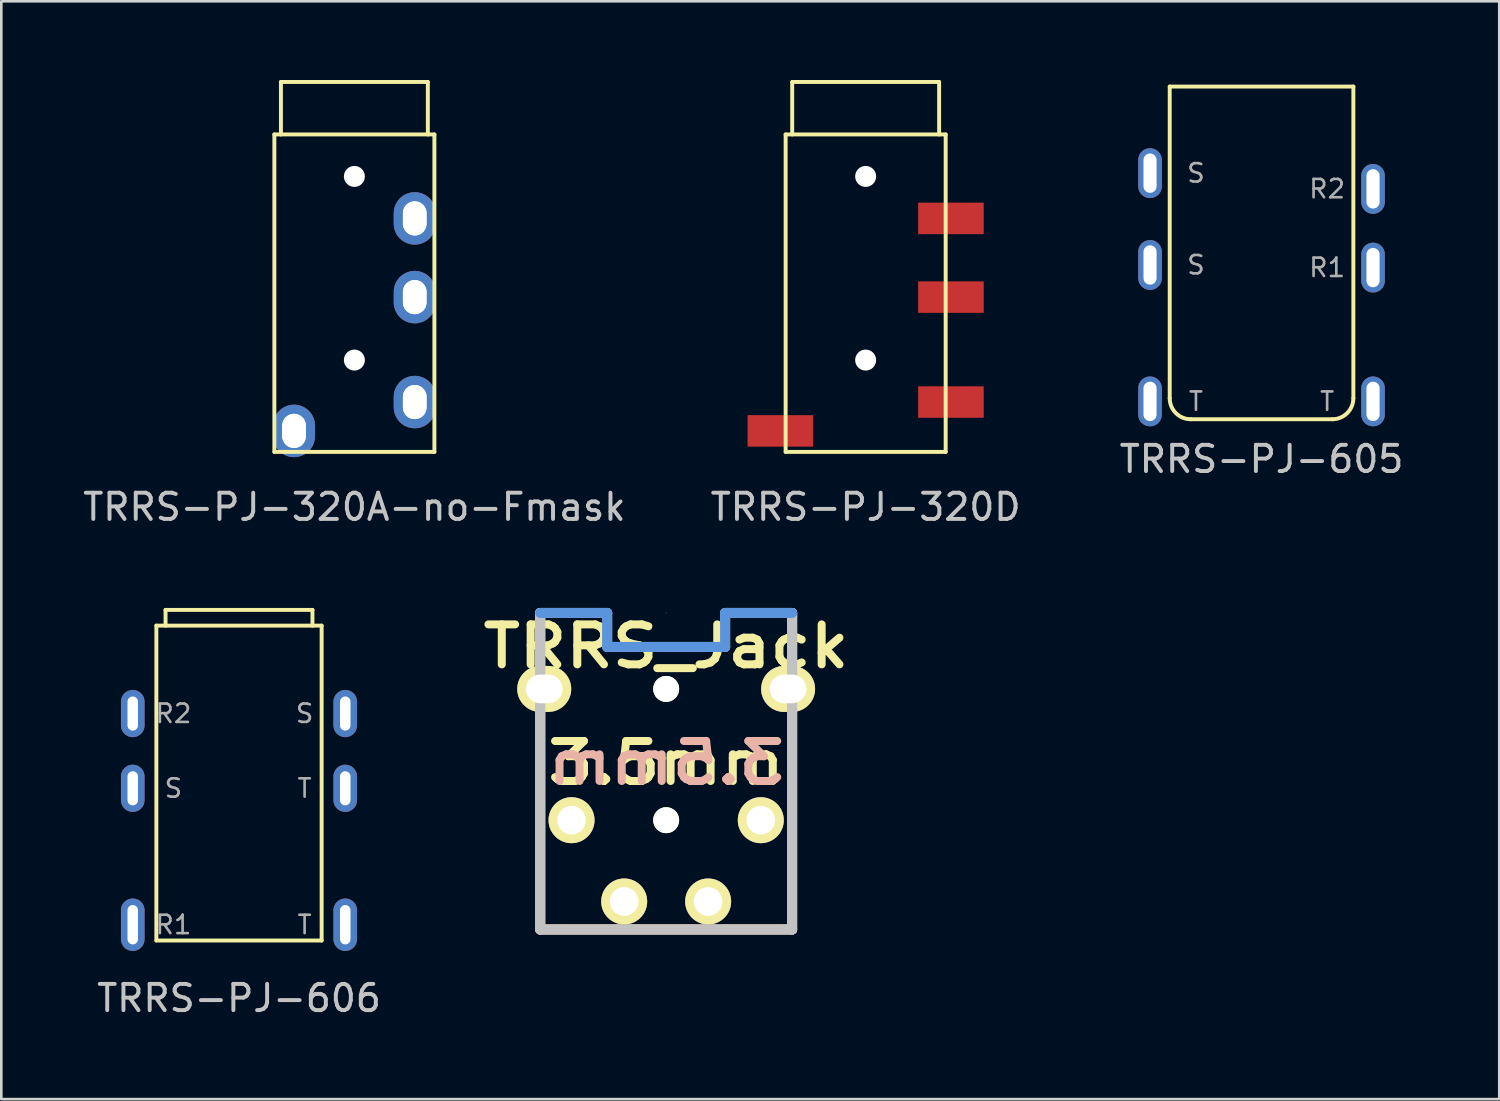
<source format=kicad_pcb>
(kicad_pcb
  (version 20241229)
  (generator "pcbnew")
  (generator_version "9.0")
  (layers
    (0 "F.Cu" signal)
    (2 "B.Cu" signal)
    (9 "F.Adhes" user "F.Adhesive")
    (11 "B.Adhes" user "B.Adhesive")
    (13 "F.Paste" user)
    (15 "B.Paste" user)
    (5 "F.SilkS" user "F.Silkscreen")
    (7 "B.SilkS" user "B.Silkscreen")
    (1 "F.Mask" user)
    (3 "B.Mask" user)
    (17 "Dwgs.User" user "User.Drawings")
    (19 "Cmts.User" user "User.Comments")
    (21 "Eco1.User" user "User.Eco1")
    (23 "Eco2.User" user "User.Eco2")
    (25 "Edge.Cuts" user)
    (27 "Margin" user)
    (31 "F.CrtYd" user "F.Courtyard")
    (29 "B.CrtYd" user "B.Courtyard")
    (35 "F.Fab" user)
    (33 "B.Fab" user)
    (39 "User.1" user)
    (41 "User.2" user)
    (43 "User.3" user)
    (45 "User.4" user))
  (footprint "TRRS_Jack"
    (layer "F.Cu")
    (at 22.342 28.214)
    (property "Reference" "TRRS_Jack" (at 0.00008 -6.63 0) (layer "F.SilkS") (effects (font (size 1.524 1.778) (thickness 0.305))))
    (attr through_hole)
    (fp_line (start -4.801 4.165) (end -4.801 -7.9) (stroke (width 0.381) (type solid)) (layer "F.SilkS"))
    (fp_line (start 4.801 -7.9) (end 4.801 4.165) (stroke (width 0.381) (type solid)) (layer "F.SilkS"))
    (fp_line (start 4.801 4.165) (end -4.801 4.165) (stroke (width 0.381) (type solid)) (layer "F.SilkS"))
    (fp_line (start -4.801 4.165) (end -4.801 -7.9) (stroke (width 0.381) (type solid)) (layer "B.SilkS"))
    (fp_line (start 4.801 -7.9) (end 4.801 4.165) (stroke (width 0.381) (type solid)) (layer "B.SilkS"))
    (fp_line (start 4.801 4.165) (end -4.801 4.165) (stroke (width 0.381) (type solid)) (layer "B.SilkS"))
    (fp_line (start -4.801 -7.9) (end -4.801 4.165) (stroke (width 0.381) (type solid)) (layer "Dwgs.User"))
    (fp_line (start -4.801 4.165) (end 4.801 4.165) (stroke (width 0.381) (type solid)) (layer "Dwgs.User"))
    (fp_line (start -2.248 -7.9) (end -4.801 -7.9) (stroke (width 0.381) (type solid)) (layer "Dwgs.User"))
    (fp_line (start -2.248 -6.605) (end -2.248 -7.9) (stroke (width 0.381) (type solid)) (layer "Dwgs.User"))
    (fp_line (start 0.00008 -7.9) (end 0.00008 -7.9) (stroke (width 0.025) (type solid)) (layer "Dwgs.User"))
    (fp_line (start 2.248 -7.9) (end 2.248 -6.605) (stroke (width 0.381) (type solid)) (layer "Dwgs.User"))
    (fp_line (start 2.248 -6.605) (end -2.248 -6.605) (stroke (width 0.381) (type solid)) (layer "Dwgs.User"))
    (fp_line (start 4.801 -7.9) (end 2.248 -7.9) (stroke (width 0.381) (type solid)) (layer "Dwgs.User"))
    (fp_line (start 4.801 4.165) (end 4.801 -7.9) (stroke (width 0.381) (type solid)) (layer "Dwgs.User"))
    (fp_line (start -4.801 -7.9) (end -2.248 -7.9) (stroke (width 0.381) (type solid)) (layer "Cmts.User"))
    (fp_line (start -2.248 -6.605) (end -2.248 -7.9) (stroke (width 0.381) (type solid)) (layer "Cmts.User"))
    (fp_line (start 2.248 -7.9) (end 2.248 -6.605) (stroke (width 0.381) (type solid)) (layer "Cmts.User"))
    (fp_line (start 2.248 -7.9) (end 4.801 -7.9) (stroke (width 0.381) (type solid)) (layer "Cmts.User"))
    (fp_line (start 2.248 -6.605) (end -2.248 -6.605) (stroke (width 0.381) (type solid)) (layer "Cmts.User"))
    (fp_text user "3.5mm" (at 0.00008 -2.185 0) (layer "F.SilkS") (effects (font (size 1.524 1.778) (thickness 0.305))))
    (fp_text user "3.5mm" (at 0.00008 -2.185 0) (layer "B.SilkS") (effects (font (size 1.524 1.778) (thickness 0.305)) (justify mirror)))
    (pad "" np_thru_hole circle (at 0.00008 -5.004 270) (size 0.991 0.991) (drill 0.991) (layers "*.Cu" "*.Mask" "F.SilkS"))
    (pad "" np_thru_hole circle (at 0.00008 -0.001 270) (size 0.991 0.991) (drill 0.991) (layers "*.Cu" "*.Mask" "F.SilkS"))
    (pad "1" thru_hole oval (at 4.648 -5.004 270) (size 1.753 2.057) (drill oval 1.092 1.397) (layers "*.Cu" "*.Mask" "F.SilkS"))
    (pad "2" thru_hole circle (at -3.607 -0.001 270) (size 1.753 1.753) (drill 1.092) (layers "*.Cu" "*.Mask" "F.SilkS"))
    (pad "3" thru_hole circle (at 1.6 3.098 270) (size 1.753 1.753) (drill 1.092) (layers "*.Cu" "*.Mask" "F.SilkS"))
    (pad "4" thru_hole oval (at -4.648 -5.004 270) (size 1.753 2.057) (drill oval 1.092 1.397) (layers "*.Cu" "*.Mask" "F.SilkS"))
    (pad "5" thru_hole circle (at -1.6 3.098 270) (size 1.753 1.753) (drill 1.092) (layers "*.Cu" "*.Mask" "F.SilkS"))
    (pad "6" thru_hole circle (at 3.607 -0.001 270) (size 1.753 1.753) (drill 1.092) (layers "*.Cu" "*.Mask" "F.SilkS")))
  (footprint "TRRS-PJ-320D"
    (layer "F.Cu")
    (at 29.946 2.075)
    (property "Reference" "TRRS-PJ-320D" (at 0 14.2 0) (layer "Dwgs.User") (effects (font (size 1 1) (thickness 0.15))))
    (attr through_hole)
    (fp_line (start -3.05 0) (end -3.05 12.1) (stroke (width 0.15) (type solid)) (layer "F.SilkS"))
    (fp_line (start -2.8 0) (end -2.8 -2) (stroke (width 0.15) (type solid)) (layer "F.SilkS"))
    (fp_line (start 2.8 -2) (end -2.8 -2) (stroke (width 0.15) (type solid)) (layer "F.SilkS"))
    (fp_line (start 2.8 0) (end 2.8 -2) (stroke (width 0.15) (type solid)) (layer "F.SilkS"))
    (fp_line (start 3.05 0) (end -3.05 0) (stroke (width 0.15) (type solid)) (layer "F.SilkS"))
    (fp_line (start 3.05 0) (end 3.05 12.1) (stroke (width 0.15) (type solid)) (layer "F.SilkS"))
    (fp_line (start 3.05 12.1) (end -3.05 12.1) (stroke (width 0.15) (type solid)) (layer "F.SilkS"))
    (pad "" np_thru_hole circle (at 0 1.6) (size 0.8 0.8) (drill 0.8) (layers "*.Cu" "*.Mask"))
    (pad "" np_thru_hole circle (at 0 8.6) (size 0.8 0.8) (drill 0.8) (layers "*.Cu" "*.Mask"))
    (pad "1" smd rect (at -3.25 11.3) (size 2.5 1.2) (layers "F.Cu" "F.Mask" "F.Paste"))
    (pad "2" smd rect (at 3.25 10.2) (size 2.5 1.2) (layers "F.Cu" "F.Mask" "F.Paste"))
    (pad "3" smd rect (at 3.25 6.2) (size 2.5 1.2) (layers "F.Cu" "F.Mask" "F.Paste"))
    (pad "4" smd rect (at 3.25 3.2) (size 2.5 1.2) (layers "F.Cu" "F.Mask" "F.Paste")))
  (footprint "TRRS-PJ-320A-no-Fmask"
    (layer "F.Cu")
    (at 10.458 2.075)
    (property "Reference" "TRRS-PJ-320A-no-Fmask" (at 0 14.2 0) (layer "Dwgs.User") (effects (font (size 1 1) (thickness 0.15))))
    (attr through_hole)
    (fp_line (start -3.05 0) (end -3.05 12.1) (stroke (width 0.15) (type solid)) (layer "F.SilkS"))
    (fp_line (start -2.8 0) (end -2.8 -2) (stroke (width 0.15) (type solid)) (layer "F.SilkS"))
    (fp_line (start 2.8 -2) (end -2.8 -2) (stroke (width 0.15) (type solid)) (layer "F.SilkS"))
    (fp_line (start 2.8 0) (end 2.8 -2) (stroke (width 0.15) (type solid)) (layer "F.SilkS"))
    (fp_line (start 3.05 0) (end -3.05 0) (stroke (width 0.15) (type solid)) (layer "F.SilkS"))
    (fp_line (start 3.05 0) (end 3.05 12.1) (stroke (width 0.15) (type solid)) (layer "F.SilkS"))
    (fp_line (start 3.05 12.1) (end -3.05 12.1) (stroke (width 0.15) (type solid)) (layer "F.SilkS"))
    (pad "" np_thru_hole circle (at 0 1.6) (size 0.8 0.8) (drill 0.8) (layers "*.Cu" "*.Mask"))
    (pad "" np_thru_hole circle (at 0 8.6) (size 0.8 0.8) (drill 0.8) (layers "*.Cu" "*.Mask"))
    (pad "1" thru_hole oval (at -2.3 11.3) (size 1 1.4) (drill oval 0.9 1.3) (layers "*.Cu" "F.Mask"))
    (pad "1" thru_hole oval (at -2.3 11.3) (size 1.6 2) (drill oval 0.9 1.3) (layers "*.Cu" "B.Mask"))
    (pad "2" thru_hole oval (at 2.3 10.2) (size 1 1.4) (drill oval 0.9 1.3) (layers "*.Cu" "F.Mask"))
    (pad "2" thru_hole oval (at 2.3 10.2) (size 1.6 2) (drill oval 0.9 1.3) (layers "*.Cu" "B.Mask"))
    (pad "3" thru_hole oval (at 2.3 6.2) (size 1 1.4) (drill oval 0.9 1.3) (layers "*.Cu" "F.Mask"))
    (pad "3" thru_hole oval (at 2.3 6.2) (size 1.6 2) (drill oval 0.9 1.3) (layers "*.Cu" "B.Mask"))
    (pad "4" thru_hole oval (at 2.3 3.2) (size 1 1.4) (drill oval 0.9 1.3) (layers "*.Cu" "F.Mask"))
    (pad "4" thru_hole oval (at 2.3 3.2) (size 1.6 2) (drill oval 0.9 1.3) (layers "*.Cu" "B.Mask")))
  (footprint "TRRS-PJ-605"
    (layer "F.Cu")
    (at 45.036 0.25)
    (property "Reference" "TRRS-PJ-605" (at 0 14.2 0) (layer "Dwgs.User") (effects (font (size 1 1) (thickness 0.15))))
    (attr through_hole)
    (fp_line (start -3.5 0) (end -3.5 11.88) (stroke (width 0.15) (type solid)) (layer "F.SilkS"))
    (fp_line (start 2.7 12.68) (end -2.7 12.68) (stroke (width 0.15) (type solid)) (layer "F.SilkS"))
    (fp_line (start 3.5 0) (end -3.5 0) (stroke (width 0.15) (type solid)) (layer "F.SilkS"))
    (fp_line (start 3.5 0) (end 3.5 11.88) (stroke (width 0.15) (type solid)) (layer "F.SilkS"))
    (fp_arc (start -2.7 12.68) (mid -3.265685 12.445685) (end -3.5 11.88) (stroke (width 0.15) (type solid)) (layer "F.SilkS"))
    (fp_arc (start 3.5 11.88) (mid 3.265685 12.445685) (end 2.7 12.68) (stroke (width 0.15) (type solid)) (layer "F.SilkS"))
    (fp_line (start -3.5 0) (end -6 0) (stroke (width 0.12) (type solid)) (layer "Eco1.User"))
    (fp_line (start -3.5 0) (end -3.5 12) (stroke (width 0.12) (type solid)) (layer "Eco1.User"))
    (fp_line (start -2.7 12.8) (end 2.7 12.8) (stroke (width 0.12) (type solid)) (layer "Eco1.User"))
    (fp_line (start 3.5 0) (end 3.5 12) (stroke (width 0.12) (type solid)) (layer "Eco1.User"))
    (fp_line (start 3.5 0) (end 6 0) (stroke (width 0.12) (type solid)) (layer "Eco1.User"))
    (fp_arc (start -2.7 12.8) (mid -3.265685 12.565685) (end -3.5 12) (stroke (width 0.12) (type solid)) (layer "Eco1.User"))
    (fp_arc (start 3.5 12) (mid 3.265685 12.565685) (end 2.7 12.8) (stroke (width 0.12) (type solid)) (layer "Eco1.User"))
    (fp_text user "T" (at 2.5 12 0) (layer "F.Fab") (effects (font (size 0.7 0.7) (thickness 0.1))))
    (fp_text user "R2" (at 2.5 3.9 0) (layer "F.Fab") (effects (font (size 0.7 0.7) (thickness 0.1))))
    (fp_text user "S" (at -2.5 3.3 0) (layer "F.Fab") (effects (font (size 0.7 0.7) (thickness 0.1))))
    (fp_text user "R1" (at 2.5 6.9 0) (layer "F.Fab") (effects (font (size 0.7 0.7) (thickness 0.1))))
    (fp_text user "T" (at -2.5 12 0) (layer "F.Fab") (effects (font (size 0.7 0.7) (thickness 0.1))))
    (fp_text user "S" (at -2.5 6.8 0) (layer "F.Fab") (effects (font (size 0.7 0.7) (thickness 0.1))))
    (pad "1" thru_hole oval (at 4.25 3.9) (size 0.9 1.9) (drill oval 0.5 1.5) (layers "*.Cu" "*.Mask"))
    (pad "2" thru_hole oval (at 4.25 6.9) (size 0.9 1.9) (drill oval 0.5 1.5) (layers "*.Cu" "*.Mask"))
    (pad "3" thru_hole oval (at 4.25 12) (size 0.9 1.9) (drill oval 0.5 1.5) (layers "*.Cu" "*.Mask"))
    (pad "4" thru_hole oval (at -4.25 12) (size 0.9 1.9) (drill oval 0.5 1.5) (layers "*.Cu" "*.Mask"))
    (pad "5" thru_hole oval (at -4.25 6.8) (size 0.9 1.9) (drill oval 0.5 1.5) (layers "*.Cu" "*.Mask"))
    (pad "6" thru_hole oval (at -4.25 3.3) (size 0.9 1.9) (drill oval 0.5 1.5) (layers "*.Cu" "*.Mask")))
  (footprint "TRRS-PJ-606"
    (layer "F.Cu")
    (at 6.06 20.798)
    (property "Reference" "TRRS-PJ-606" (at 0 14.2 0) (layer "Dwgs.User") (effects (font (size 1 1) (thickness 0.15))))
    (attr through_hole)
    (fp_line (start -3.15 0) (end -3.15 12) (stroke (width 0.15) (type solid)) (layer "F.SilkS"))
    (fp_line (start -2.8 0) (end -2.8 -0.6) (stroke (width 0.15) (type solid)) (layer "F.SilkS"))
    (fp_line (start 2.8 -0.6) (end -2.8 -0.6) (stroke (width 0.15) (type solid)) (layer "F.SilkS"))
    (fp_line (start 2.8 0) (end 2.8 -0.6) (stroke (width 0.15) (type solid)) (layer "F.SilkS"))
    (fp_line (start 3.15 0) (end -3.15 0) (stroke (width 0.15) (type solid)) (layer "F.SilkS"))
    (fp_line (start 3.15 0) (end 3.15 12) (stroke (width 0.15) (type solid)) (layer "F.SilkS"))
    (fp_line (start 3.15 12) (end -3.15 12) (stroke (width 0.15) (type solid)) (layer "F.SilkS"))
    (fp_line (start -3.35 0) (end -6 0) (stroke (width 0.12) (type solid)) (layer "Eco1.User"))
    (fp_line (start -3.35 0) (end -3.35 12.7) (stroke (width 0.12) (type solid)) (layer "Eco1.User"))
    (fp_line (start -3.35 12.7) (end 3.35 12.7) (stroke (width 0.12) (type solid)) (layer "Eco1.User"))
    (fp_line (start 3.35 0) (end 3.35 12.7) (stroke (width 0.12) (type solid)) (layer "Eco1.User"))
    (fp_line (start 3.35 0) (end 6 0) (stroke (width 0.12) (type solid)) (layer "Eco1.User"))
    (fp_text user "T" (at 2.5 6.2 0) (layer "F.Fab") (effects (font (size 0.7 0.7) (thickness 0.1))))
    (fp_text user "R2" (at -2.5 3.35 0) (layer "F.Fab") (effects (font (size 0.7 0.7) (thickness 0.1))))
    (fp_text user "R1" (at -2.5 11.4 0) (layer "F.Fab") (effects (font (size 0.7 0.7) (thickness 0.1))))
    (fp_text user "T" (at 2.5 11.4 0) (layer "F.Fab") (effects (font (size 0.7 0.7) (thickness 0.1))))
    (fp_text user "S" (at -2.5 6.2 0) (layer "F.Fab") (effects (font (size 0.7 0.7) (thickness 0.1))))
    (fp_text user "S" (at 2.5 3.35 0) (layer "F.Fab") (effects (font (size 0.7 0.7) (thickness 0.1))))
    (pad "1" thru_hole oval (at -4.05 3.35) (size 0.9 1.8) (drill oval 0.4 1.3) (layers "*.Cu" "*.Mask"))
    (pad "2" thru_hole oval (at -4.05 6.2) (size 0.9 1.8) (drill oval 0.4 1.3) (layers "*.Cu" "*.Mask"))
    (pad "3" thru_hole oval (at -4.05 11.4) (size 0.9 2) (drill oval 0.4 1.5) (layers "*.Cu" "*.Mask"))
    (pad "4" thru_hole oval (at 4.05 11.4) (size 0.9 2) (drill oval 0.4 1.5) (layers "*.Cu" "*.Mask"))
    (pad "5" thru_hole oval (at 4.05 6.2) (size 0.9 1.8) (drill oval 0.4 1.3) (layers "*.Cu" "*.Mask"))
    (pad "6" thru_hole oval (at 4.05 3.35) (size 0.9 1.8) (drill oval 0.4 1.3) (layers "*.Cu" "*.Mask")))
  (gr_rect
    (start -3 -3)
    (end 54.096 38.846)
    (stroke (width 0.1) (type default))
    (fill no)
    (layer "Edge.Cuts")))
</source>
